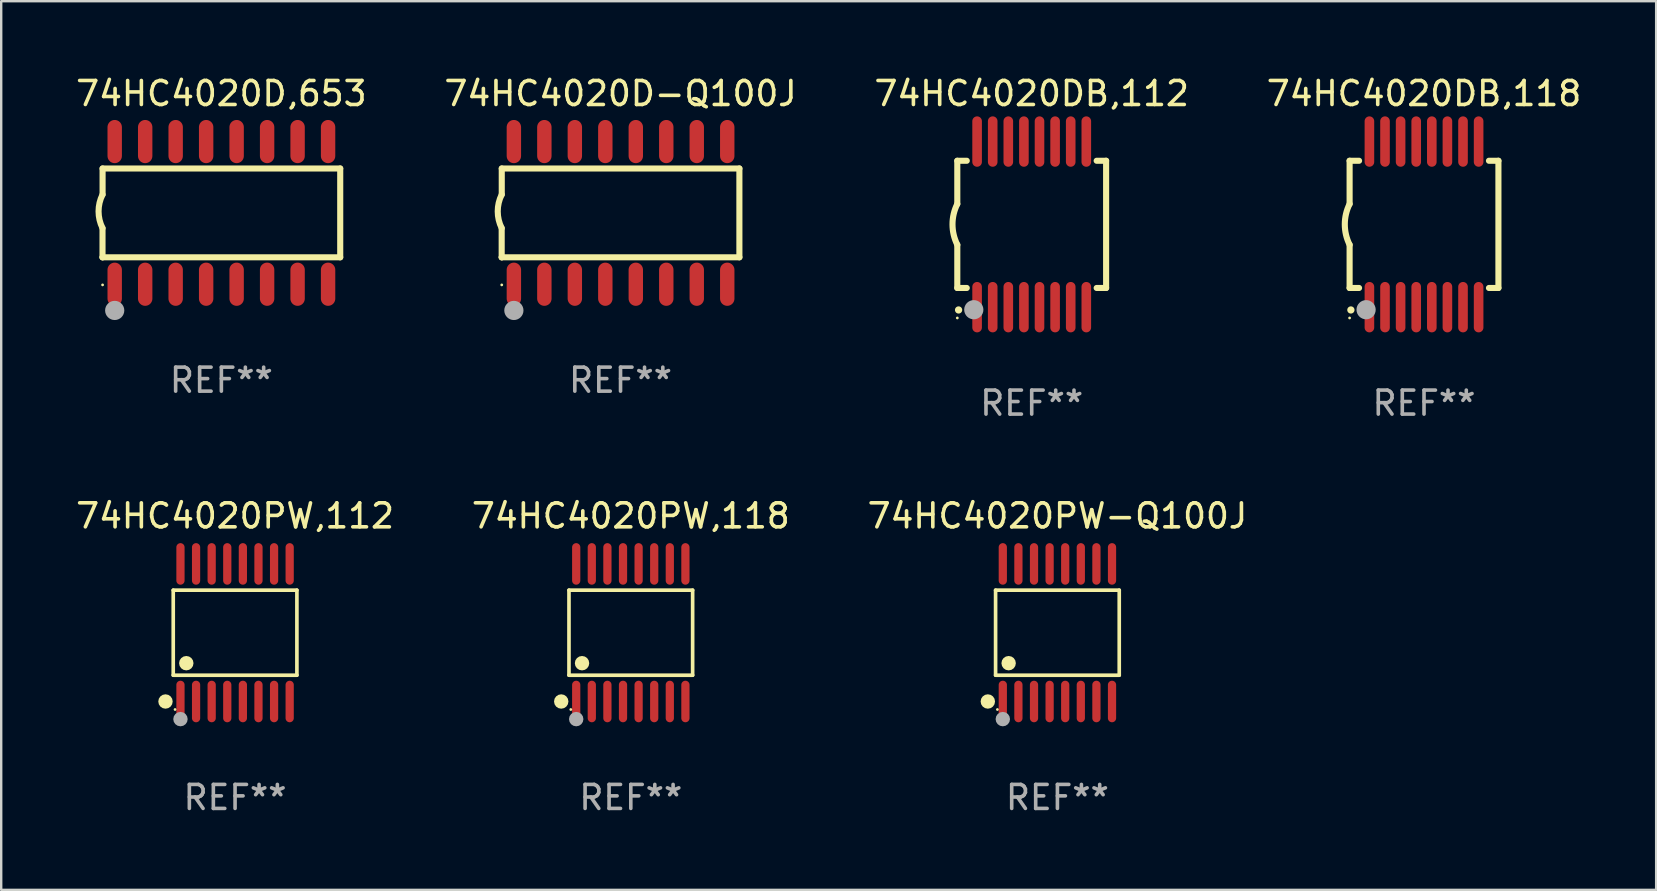
<source format=kicad_pcb>
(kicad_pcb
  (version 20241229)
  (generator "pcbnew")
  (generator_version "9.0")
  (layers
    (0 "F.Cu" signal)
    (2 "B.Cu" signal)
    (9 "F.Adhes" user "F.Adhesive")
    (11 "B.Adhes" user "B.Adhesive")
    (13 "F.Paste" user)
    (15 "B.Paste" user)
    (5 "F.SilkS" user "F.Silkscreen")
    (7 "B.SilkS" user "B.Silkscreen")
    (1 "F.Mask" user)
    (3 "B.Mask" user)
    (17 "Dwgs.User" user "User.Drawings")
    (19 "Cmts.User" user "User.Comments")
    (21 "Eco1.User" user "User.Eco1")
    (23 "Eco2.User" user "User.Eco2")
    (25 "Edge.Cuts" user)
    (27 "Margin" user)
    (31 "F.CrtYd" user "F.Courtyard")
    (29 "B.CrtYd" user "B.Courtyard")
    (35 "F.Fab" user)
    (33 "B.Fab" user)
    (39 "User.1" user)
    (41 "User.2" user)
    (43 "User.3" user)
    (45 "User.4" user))
  (footprint "74HC4020D-Q100J"
    (layer "F.Cu")
    (at 22.804 5.82)
    (property "Reference" "74HC4020D-Q100J" (at 0 -4.972 0) (layer "F.SilkS") (effects (font (size 1 1) (thickness 0.15))))
    (attr through_hole)
    (fp_line (start -4.952 0.635) (end -4.952 1.85) (stroke (width 0.254) (type solid)) (layer "F.SilkS"))
    (fp_line (start -4.952 1.85) (end -4.949 1.85) (stroke (width 0.254) (type solid)) (layer "F.SilkS"))
    (fp_line (start -4.949 -1.85) (end -4.949 -0.762) (stroke (width 0.254) (type solid)) (layer "F.SilkS"))
    (fp_line (start -4.949 1.85) (end 4.952 1.85) (stroke (width 0.254) (type solid)) (layer "F.SilkS"))
    (fp_line (start 4.952 -1.85) (end -4.949 -1.85) (stroke (width 0.254) (type solid)) (layer "F.SilkS"))
    (fp_line (start 4.952 1.85) (end 4.952 -1.85) (stroke (width 0.254) (type solid)) (layer "F.SilkS"))
    (fp_arc (start -4.951524 0.635001) (mid -5.116418 -0.0635) (end -4.951524 -0.762002) (stroke (width 0.254001) (type solid)) (layer "F.SilkS"))
    (fp_circle (center -4.949 3) (end -4.919 3) (stroke (width 0.06) (type solid)) (fill no) (layer "F.SilkS"))
    (fp_circle (center -4.444 4.064) (end -4.244 4.064) (stroke (width 0.4) (type solid)) (fill no) (layer "F.Fab"))
    (fp_text user "REF**" (at 0 6.972 0) (layer "F.Fab") (effects (font (size 1 1) (thickness 0.15))))
    (pad "1" smd oval (at -4.444 2.972 180) (size 0.6 1.8) (layers "F.Cu" "F.Mask" "F.Paste"))
    (pad "2" smd oval (at -3.174 2.972 180) (size 0.6 1.8) (layers "F.Cu" "F.Mask" "F.Paste"))
    (pad "3" smd oval (at -1.904 2.972 180) (size 0.6 1.8) (layers "F.Cu" "F.Mask" "F.Paste"))
    (pad "4" smd oval (at -0.634 2.972 180) (size 0.6 1.8) (layers "F.Cu" "F.Mask" "F.Paste"))
    (pad "5" smd oval (at 0.636 2.972 180) (size 0.6 1.8) (layers "F.Cu" "F.Mask" "F.Paste"))
    (pad "6" smd oval (at 1.906 2.972 180) (size 0.6 1.8) (layers "F.Cu" "F.Mask" "F.Paste"))
    (pad "7" smd oval (at 3.176 2.972 180) (size 0.6 1.8) (layers "F.Cu" "F.Mask" "F.Paste"))
    (pad "8" smd oval (at 4.446 2.972 180) (size 0.6 1.8) (layers "F.Cu" "F.Mask" "F.Paste"))
    (pad "9" smd oval (at 4.446 -2.972 180) (size 0.6 1.8) (layers "F.Cu" "F.Mask" "F.Paste"))
    (pad "10" smd oval (at 3.176 -2.972 180) (size 0.6 1.8) (layers "F.Cu" "F.Mask" "F.Paste"))
    (pad "11" smd oval (at 1.906 -2.972 180) (size 0.6 1.8) (layers "F.Cu" "F.Mask" "F.Paste"))
    (pad "12" smd oval (at 0.636 -2.972 180) (size 0.6 1.8) (layers "F.Cu" "F.Mask" "F.Paste"))
    (pad "13" smd oval (at -0.634 -2.972 180) (size 0.6 1.8) (layers "F.Cu" "F.Mask" "F.Paste"))
    (pad "14" smd oval (at -1.904 -2.972 180) (size 0.6 1.8) (layers "F.Cu" "F.Mask" "F.Paste"))
    (pad "15" smd oval (at -3.174 -2.972 180) (size 0.6 1.8) (layers "F.Cu" "F.Mask" "F.Paste"))
    (pad "16" smd oval (at -4.444 -2.972 180) (size 0.6 1.8) (layers "F.Cu" "F.Mask" "F.Paste")))
  (footprint "74HC4020PW,112"
    (layer "F.Cu")
    (at 6.744 23.311)
    (property "Reference" "74HC4020PW,112" (at 0 -4.866 0) (layer "F.SilkS") (effects (font (size 1 1) (thickness 0.15))))
    (attr through_hole)
    (fp_line (start -2.576 -1.772) (end 2.576 -1.772) (stroke (width 0.152) (type solid)) (layer "F.SilkS"))
    (fp_line (start -2.576 1.771) (end -2.576 -1.772) (stroke (width 0.152) (type solid)) (layer "F.SilkS"))
    (fp_line (start 2.576 -1.772) (end 2.576 1.771) (stroke (width 0.152) (type solid)) (layer "F.SilkS"))
    (fp_line (start 2.576 1.771) (end -2.576 1.771) (stroke (width 0.152) (type solid)) (layer "F.SilkS"))
    (fp_circle (center -2.899 2.866) (end -2.749 2.866) (stroke (width 0.3) (type solid)) (fill no) (layer "F.SilkS"))
    (fp_circle (center -2.5 3.2) (end -2.47 3.2) (stroke (width 0.06) (type solid)) (fill no) (layer "F.SilkS"))
    (fp_circle (center -2.032 1.27) (end -1.882 1.27) (stroke (width 0.3) (type solid)) (fill no) (layer "F.SilkS"))
    (fp_circle (center -2.275 3.6) (end -2.125 3.6) (stroke (width 0.3) (type solid)) (fill no) (layer "F.Fab"))
    (fp_text user "REF**" (at 0 6.866 0) (layer "F.Fab") (effects (font (size 1 1) (thickness 0.15))))
    (pad "1" smd oval (at -2.275 2.866) (size 0.343 1.731) (layers "F.Cu" "F.Mask" "F.Paste"))
    (pad "2" smd oval (at -1.625 2.866) (size 0.343 1.731) (layers "F.Cu" "F.Mask" "F.Paste"))
    (pad "3" smd oval (at -0.975 2.866) (size 0.343 1.731) (layers "F.Cu" "F.Mask" "F.Paste"))
    (pad "4" smd oval (at -0.325 2.866) (size 0.343 1.731) (layers "F.Cu" "F.Mask" "F.Paste"))
    (pad "5" smd oval (at 0.325 2.866) (size 0.343 1.731) (layers "F.Cu" "F.Mask" "F.Paste"))
    (pad "6" smd oval (at 0.975 2.866) (size 0.343 1.731) (layers "F.Cu" "F.Mask" "F.Paste"))
    (pad "7" smd oval (at 1.625 2.866) (size 0.343 1.731) (layers "F.Cu" "F.Mask" "F.Paste"))
    (pad "8" smd oval (at 2.275 2.866) (size 0.343 1.731) (layers "F.Cu" "F.Mask" "F.Paste"))
    (pad "9" smd oval (at 2.275 -2.866) (size 0.343 1.731) (layers "F.Cu" "F.Mask" "F.Paste"))
    (pad "10" smd oval (at 1.625 -2.866) (size 0.343 1.731) (layers "F.Cu" "F.Mask" "F.Paste"))
    (pad "11" smd oval (at 0.975 -2.866) (size 0.343 1.731) (layers "F.Cu" "F.Mask" "F.Paste"))
    (pad "12" smd oval (at 0.325 -2.866) (size 0.343 1.731) (layers "F.Cu" "F.Mask" "F.Paste"))
    (pad "13" smd oval (at -0.325 -2.866) (size 0.343 1.731) (layers "F.Cu" "F.Mask" "F.Paste"))
    (pad "14" smd oval (at -0.975 -2.866) (size 0.343 1.731) (layers "F.Cu" "F.Mask" "F.Paste"))
    (pad "15" smd oval (at -1.625 -2.866) (size 0.343 1.731) (layers "F.Cu" "F.Mask" "F.Paste"))
    (pad "16" smd oval (at -2.275 -2.866) (size 0.343 1.731) (layers "F.Cu" "F.Mask" "F.Paste")))
  (footprint "74HC4020DB,112"
    (layer "F.Cu")
    (at 39.935 6.298)
    (property "Reference" "74HC4020DB,112" (at 0 -5.45 0) (layer "F.SilkS") (effects (font (size 1 1) (thickness 0.15))))
    (attr through_hole)
    (fp_line (start -3.1 -2.65) (end -3.1 -0.85) (stroke (width 0.254) (type solid)) (layer "F.SilkS"))
    (fp_line (start -3.1 -2.65) (end -2.706 -2.65) (stroke (width 0.254) (type solid)) (layer "F.SilkS"))
    (fp_line (start -3.1 2.65) (end -3.1 0.85) (stroke (width 0.254) (type solid)) (layer "F.SilkS"))
    (fp_line (start -3.1 2.65) (end -2.706 2.65) (stroke (width 0.254) (type solid)) (layer "F.SilkS"))
    (fp_line (start 2.706 -2.65) (end 3.1 -2.65) (stroke (width 0.254) (type solid)) (layer "F.SilkS"))
    (fp_line (start 2.706 2.65) (end 3.1 2.65) (stroke (width 0.254) (type solid)) (layer "F.SilkS"))
    (fp_line (start 3.1 -2.65) (end 3.1 2.65) (stroke (width 0.254) (type solid)) (layer "F.SilkS"))
    (fp_arc (start -3.098907 0.850902) (mid -3.300057 0.000523) (end -3.1 -0.850114) (stroke (width 0.254001) (type solid)) (layer "F.SilkS"))
    (fp_arc (start -3.048006 3.566066) (mid -3.046736 3.566061) (end -3.045466 3.566066) (stroke (width 0.3) (type solid)) (layer "F.SilkS"))
    (fp_circle (center -3.1 3.9) (end -3.07 3.9) (stroke (width 0.06) (type solid)) (fill no) (layer "F.SilkS"))
    (fp_circle (center -2.413 3.556) (end -2.213 3.556) (stroke (width 0.4) (type solid)) (fill no) (layer "F.Fab"))
    (fp_text user "REF**" (at 0 7.45 0) (layer "F.Fab") (effects (font (size 1 1) (thickness 0.15))))
    (pad "1" smd oval (at -2.275 3.45 180) (size 0.4 2.1) (layers "F.Cu" "F.Mask" "F.Paste"))
    (pad "2" smd oval (at -1.625 3.45 180) (size 0.4 2.1) (layers "F.Cu" "F.Mask" "F.Paste"))
    (pad "3" smd oval (at -0.975 3.45 180) (size 0.4 2.1) (layers "F.Cu" "F.Mask" "F.Paste"))
    (pad "4" smd oval (at -0.325 3.45 180) (size 0.4 2.1) (layers "F.Cu" "F.Mask" "F.Paste"))
    (pad "5" smd oval (at 0.325 3.45 180) (size 0.4 2.1) (layers "F.Cu" "F.Mask" "F.Paste"))
    (pad "6" smd oval (at 0.975 3.45 180) (size 0.4 2.1) (layers "F.Cu" "F.Mask" "F.Paste"))
    (pad "7" smd oval (at 1.625 3.45 180) (size 0.4 2.1) (layers "F.Cu" "F.Mask" "F.Paste"))
    (pad "8" smd oval (at 2.275 3.45 180) (size 0.4 2.1) (layers "F.Cu" "F.Mask" "F.Paste"))
    (pad "9" smd oval (at 2.275 -3.45 180) (size 0.4 2.1) (layers "F.Cu" "F.Mask" "F.Paste"))
    (pad "10" smd oval (at 1.625 -3.45 180) (size 0.4 2.1) (layers "F.Cu" "F.Mask" "F.Paste"))
    (pad "11" smd oval (at 0.975 -3.45 180) (size 0.4 2.1) (layers "F.Cu" "F.Mask" "F.Paste"))
    (pad "12" smd oval (at 0.325 -3.45 180) (size 0.4 2.1) (layers "F.Cu" "F.Mask" "F.Paste"))
    (pad "13" smd oval (at -0.325 -3.45 180) (size 0.4 2.1) (layers "F.Cu" "F.Mask" "F.Paste"))
    (pad "14" smd oval (at -0.975 -3.45 180) (size 0.4 2.1) (layers "F.Cu" "F.Mask" "F.Paste"))
    (pad "15" smd oval (at -1.625 -3.45 180) (size 0.4 2.1) (layers "F.Cu" "F.Mask" "F.Paste"))
    (pad "16" smd oval (at -2.275 -3.45 180) (size 0.4 2.1) (layers "F.Cu" "F.Mask" "F.Paste")))
  (footprint "74HC4020D,653"
    (layer "F.Cu")
    (at 6.173 5.82)
    (property "Reference" "74HC4020D,653" (at 0 -4.972 0) (layer "F.SilkS") (effects (font (size 1 1) (thickness 0.15))))
    (attr through_hole)
    (fp_line (start -4.952 0.635) (end -4.952 1.85) (stroke (width 0.254) (type solid)) (layer "F.SilkS"))
    (fp_line (start -4.952 1.85) (end -4.949 1.85) (stroke (width 0.254) (type solid)) (layer "F.SilkS"))
    (fp_line (start -4.949 -1.85) (end -4.949 -0.762) (stroke (width 0.254) (type solid)) (layer "F.SilkS"))
    (fp_line (start -4.949 1.85) (end 4.952 1.85) (stroke (width 0.254) (type solid)) (layer "F.SilkS"))
    (fp_line (start 4.952 -1.85) (end -4.949 -1.85) (stroke (width 0.254) (type solid)) (layer "F.SilkS"))
    (fp_line (start 4.952 1.85) (end 4.952 -1.85) (stroke (width 0.254) (type solid)) (layer "F.SilkS"))
    (fp_arc (start -4.951524 0.635001) (mid -5.116418 -0.0635) (end -4.951524 -0.762002) (stroke (width 0.254001) (type solid)) (layer "F.SilkS"))
    (fp_circle (center -4.949 3) (end -4.919 3) (stroke (width 0.06) (type solid)) (fill no) (layer "F.SilkS"))
    (fp_circle (center -4.444 4.064) (end -4.244 4.064) (stroke (width 0.4) (type solid)) (fill no) (layer "F.Fab"))
    (fp_text user "REF**" (at 0 6.972 0) (layer "F.Fab") (effects (font (size 1 1) (thickness 0.15))))
    (pad "1" smd oval (at -4.444 2.972 180) (size 0.6 1.8) (layers "F.Cu" "F.Mask" "F.Paste"))
    (pad "2" smd oval (at -3.174 2.972 180) (size 0.6 1.8) (layers "F.Cu" "F.Mask" "F.Paste"))
    (pad "3" smd oval (at -1.904 2.972 180) (size 0.6 1.8) (layers "F.Cu" "F.Mask" "F.Paste"))
    (pad "4" smd oval (at -0.634 2.972 180) (size 0.6 1.8) (layers "F.Cu" "F.Mask" "F.Paste"))
    (pad "5" smd oval (at 0.636 2.972 180) (size 0.6 1.8) (layers "F.Cu" "F.Mask" "F.Paste"))
    (pad "6" smd oval (at 1.906 2.972 180) (size 0.6 1.8) (layers "F.Cu" "F.Mask" "F.Paste"))
    (pad "7" smd oval (at 3.176 2.972 180) (size 0.6 1.8) (layers "F.Cu" "F.Mask" "F.Paste"))
    (pad "8" smd oval (at 4.446 2.972 180) (size 0.6 1.8) (layers "F.Cu" "F.Mask" "F.Paste"))
    (pad "9" smd oval (at 4.446 -2.972 180) (size 0.6 1.8) (layers "F.Cu" "F.Mask" "F.Paste"))
    (pad "10" smd oval (at 3.176 -2.972 180) (size 0.6 1.8) (layers "F.Cu" "F.Mask" "F.Paste"))
    (pad "11" smd oval (at 1.906 -2.972 180) (size 0.6 1.8) (layers "F.Cu" "F.Mask" "F.Paste"))
    (pad "12" smd oval (at 0.636 -2.972 180) (size 0.6 1.8) (layers "F.Cu" "F.Mask" "F.Paste"))
    (pad "13" smd oval (at -0.634 -2.972 180) (size 0.6 1.8) (layers "F.Cu" "F.Mask" "F.Paste"))
    (pad "14" smd oval (at -1.904 -2.972 180) (size 0.6 1.8) (layers "F.Cu" "F.Mask" "F.Paste"))
    (pad "15" smd oval (at -3.174 -2.972 180) (size 0.6 1.8) (layers "F.Cu" "F.Mask" "F.Paste"))
    (pad "16" smd oval (at -4.444 -2.972 180) (size 0.6 1.8) (layers "F.Cu" "F.Mask" "F.Paste")))
  (footprint "74HC4020DB,118"
    (layer "F.Cu")
    (at 56.28 6.298)
    (property "Reference" "74HC4020DB,118" (at 0 -5.45 0) (layer "F.SilkS") (effects (font (size 1 1) (thickness 0.15))))
    (attr through_hole)
    (fp_line (start -3.1 -2.65) (end -3.1 -0.85) (stroke (width 0.254) (type solid)) (layer "F.SilkS"))
    (fp_line (start -3.1 -2.65) (end -2.706 -2.65) (stroke (width 0.254) (type solid)) (layer "F.SilkS"))
    (fp_line (start -3.1 2.65) (end -3.1 0.85) (stroke (width 0.254) (type solid)) (layer "F.SilkS"))
    (fp_line (start -3.1 2.65) (end -2.706 2.65) (stroke (width 0.254) (type solid)) (layer "F.SilkS"))
    (fp_line (start 2.706 -2.65) (end 3.1 -2.65) (stroke (width 0.254) (type solid)) (layer "F.SilkS"))
    (fp_line (start 2.706 2.65) (end 3.1 2.65) (stroke (width 0.254) (type solid)) (layer "F.SilkS"))
    (fp_line (start 3.1 -2.65) (end 3.1 2.65) (stroke (width 0.254) (type solid)) (layer "F.SilkS"))
    (fp_arc (start -3.098907 0.850902) (mid -3.300057 0.000523) (end -3.1 -0.850114) (stroke (width 0.254001) (type solid)) (layer "F.SilkS"))
    (fp_arc (start -3.048006 3.566066) (mid -3.046736 3.566061) (end -3.045466 3.566066) (stroke (width 0.3) (type solid)) (layer "F.SilkS"))
    (fp_circle (center -3.1 3.9) (end -3.07 3.9) (stroke (width 0.06) (type solid)) (fill no) (layer "F.SilkS"))
    (fp_circle (center -2.413 3.556) (end -2.213 3.556) (stroke (width 0.4) (type solid)) (fill no) (layer "F.Fab"))
    (fp_text user "REF**" (at 0 7.45 0) (layer "F.Fab") (effects (font (size 1 1) (thickness 0.15))))
    (pad "1" smd oval (at -2.275 3.45 180) (size 0.4 2.1) (layers "F.Cu" "F.Mask" "F.Paste"))
    (pad "2" smd oval (at -1.625 3.45 180) (size 0.4 2.1) (layers "F.Cu" "F.Mask" "F.Paste"))
    (pad "3" smd oval (at -0.975 3.45 180) (size 0.4 2.1) (layers "F.Cu" "F.Mask" "F.Paste"))
    (pad "4" smd oval (at -0.325 3.45 180) (size 0.4 2.1) (layers "F.Cu" "F.Mask" "F.Paste"))
    (pad "5" smd oval (at 0.325 3.45 180) (size 0.4 2.1) (layers "F.Cu" "F.Mask" "F.Paste"))
    (pad "6" smd oval (at 0.975 3.45 180) (size 0.4 2.1) (layers "F.Cu" "F.Mask" "F.Paste"))
    (pad "7" smd oval (at 1.625 3.45 180) (size 0.4 2.1) (layers "F.Cu" "F.Mask" "F.Paste"))
    (pad "8" smd oval (at 2.275 3.45 180) (size 0.4 2.1) (layers "F.Cu" "F.Mask" "F.Paste"))
    (pad "9" smd oval (at 2.275 -3.45 180) (size 0.4 2.1) (layers "F.Cu" "F.Mask" "F.Paste"))
    (pad "10" smd oval (at 1.625 -3.45 180) (size 0.4 2.1) (layers "F.Cu" "F.Mask" "F.Paste"))
    (pad "11" smd oval (at 0.975 -3.45 180) (size 0.4 2.1) (layers "F.Cu" "F.Mask" "F.Paste"))
    (pad "12" smd oval (at 0.325 -3.45 180) (size 0.4 2.1) (layers "F.Cu" "F.Mask" "F.Paste"))
    (pad "13" smd oval (at -0.325 -3.45 180) (size 0.4 2.1) (layers "F.Cu" "F.Mask" "F.Paste"))
    (pad "14" smd oval (at -0.975 -3.45 180) (size 0.4 2.1) (layers "F.Cu" "F.Mask" "F.Paste"))
    (pad "15" smd oval (at -1.625 -3.45 180) (size 0.4 2.1) (layers "F.Cu" "F.Mask" "F.Paste"))
    (pad "16" smd oval (at -2.275 -3.45 180) (size 0.4 2.1) (layers "F.Cu" "F.Mask" "F.Paste")))
  (footprint "74HC4020PW-Q100J"
    (layer "F.Cu")
    (at 41.006 23.311)
    (property "Reference" "74HC4020PW-Q100J" (at 0 -4.866 0) (layer "F.SilkS") (effects (font (size 1 1) (thickness 0.15))))
    (attr through_hole)
    (fp_line (start -2.576 -1.772) (end 2.576 -1.772) (stroke (width 0.152) (type solid)) (layer "F.SilkS"))
    (fp_line (start -2.576 1.771) (end -2.576 -1.772) (stroke (width 0.152) (type solid)) (layer "F.SilkS"))
    (fp_line (start 2.576 -1.772) (end 2.576 1.771) (stroke (width 0.152) (type solid)) (layer "F.SilkS"))
    (fp_line (start 2.576 1.771) (end -2.576 1.771) (stroke (width 0.152) (type solid)) (layer "F.SilkS"))
    (fp_circle (center -2.899 2.866) (end -2.749 2.866) (stroke (width 0.3) (type solid)) (fill no) (layer "F.SilkS"))
    (fp_circle (center -2.5 3.2) (end -2.47 3.2) (stroke (width 0.06) (type solid)) (fill no) (layer "F.SilkS"))
    (fp_circle (center -2.032 1.27) (end -1.882 1.27) (stroke (width 0.3) (type solid)) (fill no) (layer "F.SilkS"))
    (fp_circle (center -2.275 3.6) (end -2.125 3.6) (stroke (width 0.3) (type solid)) (fill no) (layer "F.Fab"))
    (fp_text user "REF**" (at 0 6.866 0) (layer "F.Fab") (effects (font (size 1 1) (thickness 0.15))))
    (pad "1" smd oval (at -2.275 2.866) (size 0.343 1.731) (layers "F.Cu" "F.Mask" "F.Paste"))
    (pad "2" smd oval (at -1.625 2.866) (size 0.343 1.731) (layers "F.Cu" "F.Mask" "F.Paste"))
    (pad "3" smd oval (at -0.975 2.866) (size 0.343 1.731) (layers "F.Cu" "F.Mask" "F.Paste"))
    (pad "4" smd oval (at -0.325 2.866) (size 0.343 1.731) (layers "F.Cu" "F.Mask" "F.Paste"))
    (pad "5" smd oval (at 0.325 2.866) (size 0.343 1.731) (layers "F.Cu" "F.Mask" "F.Paste"))
    (pad "6" smd oval (at 0.975 2.866) (size 0.343 1.731) (layers "F.Cu" "F.Mask" "F.Paste"))
    (pad "7" smd oval (at 1.625 2.866) (size 0.343 1.731) (layers "F.Cu" "F.Mask" "F.Paste"))
    (pad "8" smd oval (at 2.275 2.866) (size 0.343 1.731) (layers "F.Cu" "F.Mask" "F.Paste"))
    (pad "9" smd oval (at 2.275 -2.866) (size 0.343 1.731) (layers "F.Cu" "F.Mask" "F.Paste"))
    (pad "10" smd oval (at 1.625 -2.866) (size 0.343 1.731) (layers "F.Cu" "F.Mask" "F.Paste"))
    (pad "11" smd oval (at 0.975 -2.866) (size 0.343 1.731) (layers "F.Cu" "F.Mask" "F.Paste"))
    (pad "12" smd oval (at 0.325 -2.866) (size 0.343 1.731) (layers "F.Cu" "F.Mask" "F.Paste"))
    (pad "13" smd oval (at -0.325 -2.866) (size 0.343 1.731) (layers "F.Cu" "F.Mask" "F.Paste"))
    (pad "14" smd oval (at -0.975 -2.866) (size 0.343 1.731) (layers "F.Cu" "F.Mask" "F.Paste"))
    (pad "15" smd oval (at -1.625 -2.866) (size 0.343 1.731) (layers "F.Cu" "F.Mask" "F.Paste"))
    (pad "16" smd oval (at -2.275 -2.866) (size 0.343 1.731) (layers "F.Cu" "F.Mask" "F.Paste")))
  (footprint "74HC4020PW,118"
    (layer "F.Cu")
    (at 23.232 23.311)
    (property "Reference" "74HC4020PW,118" (at 0 -4.866 0) (layer "F.SilkS") (effects (font (size 1 1) (thickness 0.15))))
    (attr through_hole)
    (fp_line (start -2.576 -1.772) (end 2.576 -1.772) (stroke (width 0.152) (type solid)) (layer "F.SilkS"))
    (fp_line (start -2.576 1.771) (end -2.576 -1.772) (stroke (width 0.152) (type solid)) (layer "F.SilkS"))
    (fp_line (start 2.576 -1.772) (end 2.576 1.771) (stroke (width 0.152) (type solid)) (layer "F.SilkS"))
    (fp_line (start 2.576 1.771) (end -2.576 1.771) (stroke (width 0.152) (type solid)) (layer "F.SilkS"))
    (fp_circle (center -2.899 2.866) (end -2.749 2.866) (stroke (width 0.3) (type solid)) (fill no) (layer "F.SilkS"))
    (fp_circle (center -2.5 3.2) (end -2.47 3.2) (stroke (width 0.06) (type solid)) (fill no) (layer "F.SilkS"))
    (fp_circle (center -2.032 1.27) (end -1.882 1.27) (stroke (width 0.3) (type solid)) (fill no) (layer "F.SilkS"))
    (fp_circle (center -2.275 3.6) (end -2.125 3.6) (stroke (width 0.3) (type solid)) (fill no) (layer "F.Fab"))
    (fp_text user "REF**" (at 0 6.866 0) (layer "F.Fab") (effects (font (size 1 1) (thickness 0.15))))
    (pad "1" smd oval (at -2.275 2.866) (size 0.343 1.731) (layers "F.Cu" "F.Mask" "F.Paste"))
    (pad "2" smd oval (at -1.625 2.866) (size 0.343 1.731) (layers "F.Cu" "F.Mask" "F.Paste"))
    (pad "3" smd oval (at -0.975 2.866) (size 0.343 1.731) (layers "F.Cu" "F.Mask" "F.Paste"))
    (pad "4" smd oval (at -0.325 2.866) (size 0.343 1.731) (layers "F.Cu" "F.Mask" "F.Paste"))
    (pad "5" smd oval (at 0.325 2.866) (size 0.343 1.731) (layers "F.Cu" "F.Mask" "F.Paste"))
    (pad "6" smd oval (at 0.975 2.866) (size 0.343 1.731) (layers "F.Cu" "F.Mask" "F.Paste"))
    (pad "7" smd oval (at 1.625 2.866) (size 0.343 1.731) (layers "F.Cu" "F.Mask" "F.Paste"))
    (pad "8" smd oval (at 2.275 2.866) (size 0.343 1.731) (layers "F.Cu" "F.Mask" "F.Paste"))
    (pad "9" smd oval (at 2.275 -2.866) (size 0.343 1.731) (layers "F.Cu" "F.Mask" "F.Paste"))
    (pad "10" smd oval (at 1.625 -2.866) (size 0.343 1.731) (layers "F.Cu" "F.Mask" "F.Paste"))
    (pad "11" smd oval (at 0.975 -2.866) (size 0.343 1.731) (layers "F.Cu" "F.Mask" "F.Paste"))
    (pad "12" smd oval (at 0.325 -2.866) (size 0.343 1.731) (layers "F.Cu" "F.Mask" "F.Paste"))
    (pad "13" smd oval (at -0.325 -2.866) (size 0.343 1.731) (layers "F.Cu" "F.Mask" "F.Paste"))
    (pad "14" smd oval (at -0.975 -2.866) (size 0.343 1.731) (layers "F.Cu" "F.Mask" "F.Paste"))
    (pad "15" smd oval (at -1.625 -2.866) (size 0.343 1.731) (layers "F.Cu" "F.Mask" "F.Paste"))
    (pad "16" smd oval (at -2.275 -2.866) (size 0.343 1.731) (layers "F.Cu" "F.Mask" "F.Paste")))
  (gr_rect
    (start -3 -3)
    (end 65.952 34.025)
    (stroke (width 0.1) (type default))
    (fill no)
    (layer "Edge.Cuts")))
</source>
